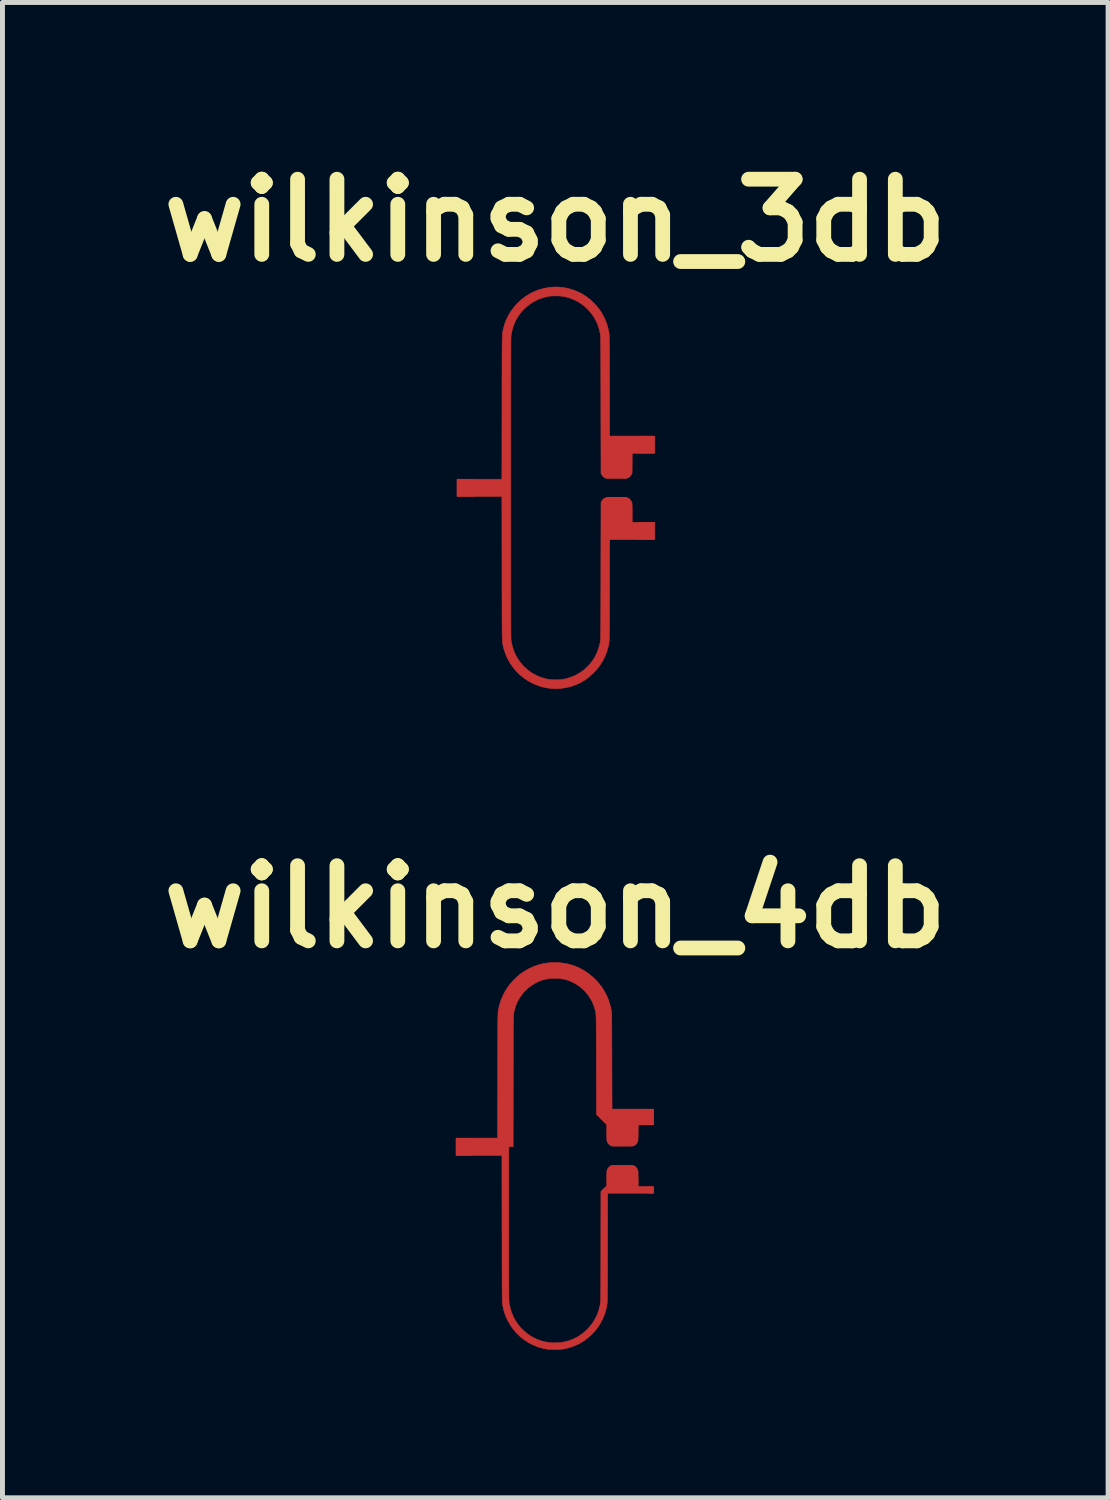
<source format=kicad_pcb>
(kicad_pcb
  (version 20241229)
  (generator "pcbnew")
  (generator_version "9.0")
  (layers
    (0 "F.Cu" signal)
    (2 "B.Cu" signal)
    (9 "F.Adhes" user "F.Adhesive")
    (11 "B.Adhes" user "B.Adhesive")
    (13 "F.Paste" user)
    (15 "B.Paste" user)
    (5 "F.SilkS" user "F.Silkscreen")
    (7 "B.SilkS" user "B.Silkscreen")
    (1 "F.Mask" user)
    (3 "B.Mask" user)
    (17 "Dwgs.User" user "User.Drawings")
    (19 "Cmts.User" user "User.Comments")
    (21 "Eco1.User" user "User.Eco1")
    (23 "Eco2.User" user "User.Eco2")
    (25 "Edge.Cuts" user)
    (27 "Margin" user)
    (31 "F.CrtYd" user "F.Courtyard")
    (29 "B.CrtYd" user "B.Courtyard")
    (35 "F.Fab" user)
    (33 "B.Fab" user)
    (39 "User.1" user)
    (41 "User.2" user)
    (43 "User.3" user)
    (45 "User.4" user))
  (footprint "wilkinson_3db"
    (layer "F.Cu")
    (at 8.218 6.838)
    (property "Reference" "wilkinson_3db" (at -0.01 -5.42 0) (layer "F.SilkS") (effects (font (size 1.524 1.524) (thickness 0.3))))
    (attr through_hole)
    (fp_poly (pts (xy 0.066 -4.068) (xy 0.168 -4.057) (xy 0.27 -4.035) (xy 0.342 -4.013) (xy 0.44 -3.976) (xy 0.532 -3.93) (xy 0.619 -3.875) (xy 0.701 -3.811) (xy 0.766 -3.751) (xy 0.838 -3.673) (xy 0.9 -3.591) (xy 0.954 -3.504) (xy 0.999 -3.413) (xy 1.036 -3.316) (xy 1.064 -3.213) (xy 1.081 -3.129) (xy 1.082 -3.122) (xy 1.083 -3.114) (xy 1.084 -3.105) (xy 1.084 -3.093) (xy 1.085 -3.08) (xy 1.086 -3.063) (xy 1.086 -3.043) (xy 1.087 -3.02) (xy 1.087 -2.992) (xy 1.088 -2.96) (xy 1.088 -2.923) (xy 1.089 -2.881) (xy 1.089 -2.833) (xy 1.089 -2.778) (xy 1.09 -2.717) (xy 1.09 -2.649) (xy 1.09 -2.573) (xy 1.09 -2.489) (xy 1.09 -2.397) (xy 1.091 -2.295) (xy 1.091 -2.185) (xy 1.091 -2.065) (xy 1.091 -2.062) (xy 1.093 -1.047) (xy 2.002 -1.047) (xy 2.002 -0.696) (xy 1.55 -0.696) (xy 1.549 -0.494) (xy 1.547 -0.292) (xy 1.532 -0.265) (xy 1.515 -0.239) (xy 1.494 -0.219) (xy 1.466 -0.202) (xy 1.461 -0.199) (xy 1.456 -0.197) (xy 1.449 -0.195) (xy 1.44 -0.194) (xy 1.428 -0.192) (xy 1.412 -0.192) (xy 1.391 -0.191) (xy 1.364 -0.191) (xy 1.329 -0.191) (xy 1.287 -0.191) (xy 1.235 -0.191) (xy 1.019 -0.191) (xy 0.996 -0.202) (xy 0.965 -0.222) (xy 0.941 -0.248) (xy 0.931 -0.264) (xy 0.917 -0.287) (xy 0.914 -1.677) (xy 0.914 -1.817) (xy 0.914 -1.948) (xy 0.913 -2.069) (xy 0.913 -2.182) (xy 0.913 -2.285) (xy 0.913 -2.381) (xy 0.912 -2.468) (xy 0.912 -2.548) (xy 0.912 -2.62) (xy 0.912 -2.686) (xy 0.911 -2.745) (xy 0.911 -2.798) (xy 0.911 -2.846) (xy 0.91 -2.888) (xy 0.91 -2.925) (xy 0.91 -2.957) (xy 0.909 -2.986) (xy 0.909 -3.01) (xy 0.908 -3.031) (xy 0.908 -3.048) (xy 0.907 -3.063) (xy 0.906 -3.076) (xy 0.906 -3.086) (xy 0.905 -3.095) (xy 0.904 -3.102) (xy 0.903 -3.109) (xy 0.902 -3.115) (xy 0.901 -3.121) (xy 0.901 -3.122) (xy 0.878 -3.22) (xy 0.848 -3.312) (xy 0.809 -3.397) (xy 0.762 -3.477) (xy 0.707 -3.552) (xy 0.643 -3.622) (xy 0.632 -3.633) (xy 0.558 -3.698) (xy 0.48 -3.753) (xy 0.397 -3.799) (xy 0.309 -3.836) (xy 0.217 -3.865) (xy 0.13 -3.883) (xy 0.105 -3.885) (xy 0.072 -3.887) (xy 0.035 -3.888) (xy -0.005 -3.889) (xy -0.044 -3.888) (xy -0.08 -3.887) (xy -0.111 -3.885) (xy -0.13 -3.883) (xy -0.226 -3.862) (xy -0.318 -3.833) (xy -0.405 -3.795) (xy -0.487 -3.748) (xy -0.565 -3.692) (xy -0.632 -3.633) (xy -0.697 -3.564) (xy -0.754 -3.49) (xy -0.802 -3.411) (xy -0.842 -3.326) (xy -0.873 -3.236) (xy -0.897 -3.139) (xy -0.903 -3.11) (xy -0.903 -3.106) (xy -0.904 -3.101) (xy -0.905 -3.096) (xy -0.905 -3.09) (xy -0.906 -3.082) (xy -0.906 -3.073) (xy -0.907 -3.063) (xy -0.907 -3.05) (xy -0.908 -3.035) (xy -0.908 -3.018) (xy -0.908 -2.998) (xy -0.909 -2.975) (xy -0.909 -2.949) (xy -0.909 -2.92) (xy -0.91 -2.887) (xy -0.91 -2.85) (xy -0.91 -2.809) (xy -0.91 -2.763) (xy -0.91 -2.713) (xy -0.911 -2.658) (xy -0.911 -2.597) (xy -0.911 -2.532) (xy -0.911 -2.461) (xy -0.911 -2.384) (xy -0.911 -2.3) (xy -0.912 -2.211) (xy -0.912 -2.115) (xy -0.912 -2.012) (xy -0.912 -1.902) (xy -0.912 -1.785) (xy -0.912 -1.66) (xy -0.912 -1.527) (xy -0.912 -1.387) (xy -0.912 -1.238) (xy -0.912 -1.08) (xy -0.912 -0.914) (xy -0.912 -0.739) (xy -0.912 -0.555) (xy -0.912 -0.361) (xy -0.912 -0.157) (xy -0.912 0.214) (xy -0.912 0.415) (xy -0.912 0.606) (xy -0.912 0.789) (xy -0.912 0.962) (xy -0.912 1.126) (xy -0.912 1.281) (xy -0.912 1.428) (xy -0.912 1.566) (xy -0.912 1.697) (xy -0.912 1.82) (xy -0.912 1.935) (xy -0.912 2.043) (xy -0.912 2.145) (xy -0.911 2.239) (xy -0.911 2.327) (xy -0.911 2.408) (xy -0.911 2.484) (xy -0.911 2.554) (xy -0.911 2.618) (xy -0.911 2.677) (xy -0.91 2.731) (xy -0.91 2.78) (xy -0.91 2.824) (xy -0.91 2.864) (xy -0.909 2.9) (xy -0.909 2.933) (xy -0.909 2.961) (xy -0.909 2.986) (xy -0.908 3.009) (xy -0.908 3.028) (xy -0.907 3.044) (xy -0.907 3.059) (xy -0.907 3.071) (xy -0.906 3.081) (xy -0.906 3.089) (xy -0.905 3.097) (xy -0.904 3.102) (xy -0.904 3.107) (xy -0.903 3.112) (xy -0.903 3.115) (xy -0.881 3.213) (xy -0.852 3.305) (xy -0.814 3.392) (xy -0.769 3.472) (xy -0.715 3.548) (xy -0.652 3.618) (xy -0.632 3.638) (xy -0.558 3.703) (xy -0.481 3.758) (xy -0.399 3.803) (xy -0.312 3.84) (xy -0.221 3.868) (xy -0.219 3.869) (xy -0.178 3.879) (xy -0.14 3.886) (xy -0.103 3.89) (xy -0.064 3.893) (xy -0.019 3.894) (xy 0 3.894) (xy 0.048 3.894) (xy 0.089 3.891) (xy 0.126 3.888) (xy 0.163 3.881) (xy 0.203 3.873) (xy 0.219 3.869) (xy 0.311 3.841) (xy 0.397 3.804) (xy 0.479 3.759) (xy 0.557 3.704) (xy 0.631 3.639) (xy 0.632 3.638) (xy 0.697 3.569) (xy 0.754 3.495) (xy 0.802 3.416) (xy 0.842 3.331) (xy 0.874 3.24) (xy 0.898 3.143) (xy 0.901 3.127) (xy 0.902 3.122) (xy 0.903 3.116) (xy 0.904 3.109) (xy 0.905 3.102) (xy 0.905 3.094) (xy 0.906 3.084) (xy 0.907 3.072) (xy 0.907 3.058) (xy 0.908 3.041) (xy 0.909 3.021) (xy 0.909 2.998) (xy 0.909 2.971) (xy 0.91 2.94) (xy 0.91 2.904) (xy 0.911 2.864) (xy 0.911 2.818) (xy 0.911 2.766) (xy 0.912 2.709) (xy 0.912 2.645) (xy 0.912 2.574) (xy 0.912 2.497) (xy 0.913 2.412) (xy 0.913 2.319) (xy 0.913 2.217) (xy 0.913 2.108) (xy 0.914 1.989) (xy 0.914 1.861) (xy 0.914 1.723) (xy 0.914 1.684) (xy 0.917 0.297) (xy 0.933 0.269) (xy 0.955 0.239) (xy 0.985 0.216) (xy 1.02 0.202) (xy 1.036 0.198) (xy 1.054 0.196) (xy 1.082 0.195) (xy 1.12 0.194) (xy 1.168 0.194) (xy 1.226 0.194) (xy 1.253 0.194) (xy 1.435 0.196) (xy 1.463 0.209) (xy 1.496 0.229) (xy 1.521 0.256) (xy 1.539 0.287) (xy 1.54 0.288) (xy 1.542 0.296) (xy 1.544 0.304) (xy 1.546 0.313) (xy 1.547 0.326) (xy 1.548 0.341) (xy 1.549 0.362) (xy 1.549 0.389) (xy 1.55 0.423) (xy 1.55 0.464) (xy 1.55 0.508) (xy 1.55 0.701) (xy 2.002 0.701) (xy 2.002 1.052) (xy 1.093 1.052) (xy 1.091 2.067) (xy 1.091 2.188) (xy 1.091 2.299) (xy 1.09 2.401) (xy 1.09 2.495) (xy 1.09 2.58) (xy 1.09 2.657) (xy 1.09 2.726) (xy 1.089 2.789) (xy 1.089 2.845) (xy 1.089 2.895) (xy 1.088 2.939) (xy 1.087 2.978) (xy 1.087 3.013) (xy 1.086 3.043) (xy 1.085 3.069) (xy 1.084 3.091) (xy 1.082 3.111) (xy 1.081 3.128) (xy 1.079 3.143) (xy 1.078 3.157) (xy 1.076 3.169) (xy 1.073 3.181) (xy 1.071 3.192) (xy 1.068 3.204) (xy 1.065 3.216) (xy 1.062 3.229) (xy 1.061 3.233) (xy 1.033 3.33) (xy 0.996 3.425) (xy 0.95 3.515) (xy 0.896 3.601) (xy 0.834 3.682) (xy 0.764 3.757) (xy 0.688 3.826) (xy 0.606 3.888) (xy 0.518 3.942) (xy 0.483 3.961) (xy 0.392 4.001) (xy 0.296 4.033) (xy 0.197 4.056) (xy 0.096 4.07) (xy -0.004 4.075) (xy -0.104 4.07) (xy -0.109 4.069) (xy -0.21 4.054) (xy -0.309 4.029) (xy -0.404 3.995) (xy -0.495 3.953) (xy -0.582 3.903) (xy -0.664 3.845) (xy -0.74 3.781) (xy -0.81 3.71) (xy -0.874 3.632) (xy -0.93 3.55) (xy -0.979 3.462) (xy -1.02 3.369) (xy -1.051 3.272) (xy -1.061 3.233) (xy -1.064 3.222) (xy -1.067 3.211) (xy -1.069 3.201) (xy -1.071 3.192) (xy -1.073 3.183) (xy -1.075 3.173) (xy -1.077 3.162) (xy -1.079 3.15) (xy -1.08 3.137) (xy -1.081 3.122) (xy -1.083 3.105) (xy -1.084 3.085) (xy -1.085 3.062) (xy -1.085 3.036) (xy -1.086 3.006) (xy -1.087 2.972) (xy -1.088 2.934) (xy -1.088 2.891) (xy -1.088 2.842) (xy -1.089 2.789) (xy -1.089 2.729) (xy -1.089 2.663) (xy -1.09 2.59) (xy -1.09 2.511) (xy -1.09 2.424) (xy -1.09 2.329) (xy -1.09 2.226) (xy -1.091 2.115) (xy -1.091 1.995) (xy -1.091 1.866) (xy -1.091 1.727) (xy -1.091 1.63) (xy -1.093 0.178) (xy -2.002 0.178) (xy -2.002 -0.173) (xy -1.093 -0.173) (xy -1.091 -1.625) (xy -1.091 -1.77) (xy -1.091 -1.905) (xy -1.091 -2.032) (xy -1.091 -2.149) (xy -1.09 -2.257) (xy -1.09 -2.357) (xy -1.09 -2.449) (xy -1.09 -2.533) (xy -1.09 -2.61) (xy -1.089 -2.681) (xy -1.089 -2.745) (xy -1.089 -2.802) (xy -1.088 -2.854) (xy -1.088 -2.901) (xy -1.087 -2.942) (xy -1.087 -2.979) (xy -1.086 -3.012) (xy -1.085 -3.04) (xy -1.084 -3.065) (xy -1.083 -3.087) (xy -1.082 -3.106) (xy -1.081 -3.122) (xy -1.08 -3.137) (xy -1.078 -3.149) (xy -1.076 -3.161) (xy -1.075 -3.171) (xy -1.073 -3.181) (xy -1.071 -3.19) (xy -1.068 -3.2) (xy -1.066 -3.209) (xy -1.063 -3.22) (xy -1.061 -3.228) (xy -1.033 -3.326) (xy -0.996 -3.421) (xy -0.95 -3.511) (xy -0.896 -3.597) (xy -0.834 -3.677) (xy -0.766 -3.752) (xy -0.69 -3.82) (xy -0.609 -3.881) (xy -0.522 -3.934) (xy -0.431 -3.979) (xy -0.342 -4.013) (xy -0.24 -4.042) (xy -0.138 -4.061) (xy -0.036 -4.07) (xy 0.066 -4.068)) (stroke (width 0.01) (type solid)) (fill yes) (layer "F.Cu"))
    (pad "1" smd rect (at -1.83 0.003) (size 0.352 0.352) (layers "F.Cu"))
    (pad "2" smd rect (at 1.83 -0.873) (size 0.352 0.352) (layers "F.Cu"))
    (pad "3" smd rect (at 1.83 0.875) (size 0.352 0.352) (layers "F.Cu"))
    (pad "4" smd roundrect (at 1.23 -0.388) (size 0.6 0.4) (layers "F.Cu" "F.Mask" "F.Paste") (roundrect_rratio 0.275))
    (pad "4" smd roundrect (at 1.23 0.39) (size 0.6 0.4) (layers "F.Cu" "F.Mask" "F.Paste") (roundrect_rratio 0.35)))
  (footprint "wilkinson_4db"
    (layer "F.Cu")
    (at 8.198 20.386)
    (property "Reference" "wilkinson_4db" (at 0.01 -5.05 0) (layer "F.SilkS") (effects (font (size 1.524 1.524) (thickness 0.3))))
    (attr through_hole)
    (fp_poly (pts (xy 0.11 -3.918) (xy 0.216 -3.903) (xy 0.32 -3.879) (xy 0.42 -3.845) (xy 0.516 -3.802) (xy 0.608 -3.75) (xy 0.696 -3.689) (xy 0.78 -3.618) (xy 0.818 -3.582) (xy 0.89 -3.504) (xy 0.953 -3.423) (xy 1.007 -3.338) (xy 1.054 -3.248) (xy 1.092 -3.153) (xy 1.124 -3.051) (xy 1.146 -2.951) (xy 1.147 -2.945) (xy 1.148 -2.938) (xy 1.149 -2.931) (xy 1.15 -2.921) (xy 1.151 -2.91) (xy 1.152 -2.896) (xy 1.152 -2.88) (xy 1.153 -2.86) (xy 1.154 -2.837) (xy 1.154 -2.809) (xy 1.154 -2.777) (xy 1.155 -2.74) (xy 1.155 -2.698) (xy 1.156 -2.649) (xy 1.156 -2.594) (xy 1.156 -2.532) (xy 1.157 -2.463) (xy 1.157 -2.387) (xy 1.157 -2.302) (xy 1.157 -2.209) (xy 1.158 -2.106) (xy 1.158 -1.994) (xy 1.158 -1.928) (xy 1.161 -0.95) (xy 2.002 -0.95) (xy 2.002 -0.63) (xy 1.692 -0.63) (xy 1.691 -0.469) (xy 1.69 -0.424) (xy 1.69 -0.388) (xy 1.689 -0.359) (xy 1.688 -0.338) (xy 1.687 -0.321) (xy 1.686 -0.309) (xy 1.684 -0.3) (xy 1.682 -0.292) (xy 1.679 -0.285) (xy 1.678 -0.284) (xy 1.662 -0.257) (xy 1.639 -0.233) (xy 1.613 -0.214) (xy 1.608 -0.211) (xy 1.602 -0.208) (xy 1.596 -0.206) (xy 1.589 -0.205) (xy 1.579 -0.203) (xy 1.565 -0.202) (xy 1.547 -0.202) (xy 1.523 -0.201) (xy 1.492 -0.201) (xy 1.454 -0.201) (xy 1.408 -0.201) (xy 1.369 -0.201) (xy 1.15 -0.201) (xy 1.123 -0.218) (xy 1.106 -0.231) (xy 1.089 -0.246) (xy 1.081 -0.256) (xy 1.073 -0.267) (xy 1.067 -0.279) (xy 1.062 -0.292) (xy 1.058 -0.307) (xy 1.055 -0.325) (xy 1.054 -0.349) (xy 1.052 -0.378) (xy 1.052 -0.415) (xy 1.052 -0.46) (xy 1.052 -0.48) (xy 1.052 -0.633) (xy 0.844 -0.84) (xy 0.842 -1.844) (xy 0.842 -1.964) (xy 0.842 -2.074) (xy 0.841 -2.175) (xy 0.841 -2.267) (xy 0.841 -2.351) (xy 0.841 -2.427) (xy 0.841 -2.495) (xy 0.84 -2.556) (xy 0.84 -2.611) (xy 0.839 -2.66) (xy 0.839 -2.703) (xy 0.838 -2.74) (xy 0.838 -2.774) (xy 0.837 -2.802) (xy 0.836 -2.827) (xy 0.835 -2.848) (xy 0.834 -2.867) (xy 0.832 -2.883) (xy 0.831 -2.897) (xy 0.829 -2.909) (xy 0.827 -2.92) (xy 0.825 -2.93) (xy 0.822 -2.94) (xy 0.82 -2.951) (xy 0.817 -2.961) (xy 0.814 -2.973) (xy 0.813 -2.975) (xy 0.787 -3.059) (xy 0.751 -3.14) (xy 0.706 -3.217) (xy 0.654 -3.289) (xy 0.594 -3.356) (xy 0.527 -3.416) (xy 0.454 -3.47) (xy 0.392 -3.506) (xy 0.314 -3.544) (xy 0.234 -3.572) (xy 0.151 -3.591) (xy 0.064 -3.601) (xy 0 -3.603) (xy -0.091 -3.599) (xy -0.176 -3.586) (xy -0.258 -3.564) (xy -0.338 -3.534) (xy -0.392 -3.506) (xy -0.47 -3.459) (xy -0.542 -3.404) (xy -0.607 -3.342) (xy -0.665 -3.274) (xy -0.716 -3.201) (xy -0.759 -3.123) (xy -0.793 -3.042) (xy -0.813 -2.975) (xy -0.816 -2.965) (xy -0.819 -2.955) (xy -0.821 -2.946) (xy -0.823 -2.937) (xy -0.825 -2.929) (xy -0.827 -2.919) (xy -0.829 -2.909) (xy -0.83 -2.898) (xy -0.832 -2.885) (xy -0.833 -2.87) (xy -0.834 -2.852) (xy -0.835 -2.832) (xy -0.836 -2.808) (xy -0.837 -2.781) (xy -0.838 -2.75) (xy -0.838 -2.715) (xy -0.839 -2.675) (xy -0.839 -2.63) (xy -0.84 -2.579) (xy -0.84 -2.523) (xy -0.84 -2.46) (xy -0.841 -2.391) (xy -0.841 -2.314) (xy -0.841 -2.231) (xy -0.841 -2.139) (xy -0.841 -2.039) (xy -0.841 -1.931) (xy -0.842 -1.814) (xy -0.842 -1.688) (xy -0.842 -1.551) (xy -0.842 -1.518) (xy -0.844 -0.188) (xy -0.932 -0.185) (xy -0.932 1.374) (xy -0.932 1.524) (xy -0.932 1.663) (xy -0.932 1.794) (xy -0.932 1.915) (xy -0.932 2.027) (xy -0.932 2.131) (xy -0.932 2.227) (xy -0.932 2.315) (xy -0.932 2.395) (xy -0.932 2.469) (xy -0.932 2.536) (xy -0.931 2.597) (xy -0.931 2.651) (xy -0.931 2.7) (xy -0.931 2.744) (xy -0.93 2.782) (xy -0.93 2.816) (xy -0.93 2.846) (xy -0.929 2.872) (xy -0.929 2.894) (xy -0.928 2.913) (xy -0.928 2.929) (xy -0.927 2.943) (xy -0.927 2.954) (xy -0.926 2.964) (xy -0.925 2.972) (xy -0.925 2.979) (xy -0.924 2.985) (xy -0.923 2.99) (xy -0.903 3.087) (xy -0.874 3.178) (xy -0.838 3.264) (xy -0.794 3.344) (xy -0.741 3.421) (xy -0.679 3.493) (xy -0.666 3.507) (xy -0.594 3.574) (xy -0.517 3.633) (xy -0.435 3.682) (xy -0.35 3.723) (xy -0.26 3.753) (xy -0.167 3.775) (xy -0.071 3.787) (xy 0 3.789) (xy 0.098 3.785) (xy 0.193 3.77) (xy 0.285 3.746) (xy 0.374 3.712) (xy 0.458 3.67) (xy 0.538 3.618) (xy 0.614 3.557) (xy 0.666 3.507) (xy 0.729 3.436) (xy 0.783 3.362) (xy 0.828 3.284) (xy 0.866 3.201) (xy 0.896 3.113) (xy 0.919 3.017) (xy 0.921 3.005) (xy 0.922 2.998) (xy 0.923 2.992) (xy 0.924 2.985) (xy 0.925 2.977) (xy 0.926 2.968) (xy 0.927 2.957) (xy 0.927 2.944) (xy 0.928 2.929) (xy 0.929 2.91) (xy 0.929 2.888) (xy 0.93 2.862) (xy 0.93 2.833) (xy 0.93 2.798) (xy 0.931 2.758) (xy 0.931 2.713) (xy 0.931 2.662) (xy 0.932 2.605) (xy 0.932 2.541) (xy 0.932 2.47) (xy 0.932 2.392) (xy 0.932 2.305) (xy 0.933 2.21) (xy 0.933 2.106) (xy 0.933 1.993) (xy 0.933 1.871) (xy 0.933 1.834) (xy 0.935 0.719) (xy 0.984 0.669) (xy 1.003 0.651) (xy 1.02 0.636) (xy 1.033 0.625) (xy 1.041 0.62) (xy 1.042 0.62) (xy 1.045 0.619) (xy 1.047 0.616) (xy 1.048 0.611) (xy 1.049 0.601) (xy 1.05 0.586) (xy 1.051 0.565) (xy 1.052 0.536) (xy 1.052 0.5) (xy 1.053 0.458) (xy 1.053 0.413) (xy 1.053 0.377) (xy 1.054 0.349) (xy 1.055 0.327) (xy 1.056 0.311) (xy 1.057 0.299) (xy 1.059 0.289) (xy 1.062 0.282) (xy 1.064 0.275) (xy 1.065 0.274) (xy 1.083 0.245) (xy 1.108 0.22) (xy 1.134 0.202) (xy 1.14 0.199) (xy 1.145 0.197) (xy 1.152 0.195) (xy 1.16 0.194) (xy 1.172 0.192) (xy 1.187 0.192) (xy 1.208 0.191) (xy 1.234 0.191) (xy 1.268 0.191) (xy 1.309 0.191) (xy 1.36 0.191) (xy 1.372 0.191) (xy 1.424 0.191) (xy 1.467 0.191) (xy 1.502 0.191) (xy 1.53 0.191) (xy 1.552 0.192) (xy 1.569 0.192) (xy 1.581 0.193) (xy 1.59 0.195) (xy 1.597 0.196) (xy 1.602 0.199) (xy 1.608 0.201) (xy 1.609 0.202) (xy 1.641 0.225) (xy 1.667 0.254) (xy 1.677 0.272) (xy 1.68 0.28) (xy 1.683 0.287) (xy 1.685 0.295) (xy 1.687 0.305) (xy 1.688 0.319) (xy 1.689 0.337) (xy 1.689 0.361) (xy 1.69 0.393) (xy 1.69 0.432) (xy 1.691 0.458) (xy 1.692 0.62) (xy 2.002 0.62) (xy 2.002 0.757) (xy 1.072 0.757) (xy 1.071 1.855) (xy 1.07 1.98) (xy 1.07 2.096) (xy 1.07 2.202) (xy 1.07 2.299) (xy 1.07 2.387) (xy 1.069 2.468) (xy 1.069 2.541) (xy 1.069 2.606) (xy 1.069 2.665) (xy 1.068 2.717) (xy 1.068 2.764) (xy 1.068 2.804) (xy 1.067 2.84) (xy 1.067 2.871) (xy 1.066 2.897) (xy 1.066 2.92) (xy 1.065 2.939) (xy 1.065 2.955) (xy 1.064 2.969) (xy 1.063 2.98) (xy 1.062 2.989) (xy 1.061 2.997) (xy 1.06 3.004) (xy 1.06 3.007) (xy 1.045 3.086) (xy 1.026 3.158) (xy 1.004 3.225) (xy 0.977 3.29) (xy 0.968 3.31) (xy 0.918 3.402) (xy 0.861 3.489) (xy 0.797 3.569) (xy 0.725 3.641) (xy 0.648 3.707) (xy 0.565 3.765) (xy 0.477 3.815) (xy 0.384 3.856) (xy 0.287 3.889) (xy 0.186 3.912) (xy 0.142 3.919) (xy 0.11 3.922) (xy 0.071 3.925) (xy 0.028 3.926) (xy -0.018 3.926) (xy -0.062 3.925) (xy -0.103 3.923) (xy -0.138 3.92) (xy -0.147 3.919) (xy -0.249 3.899) (xy -0.347 3.87) (xy -0.441 3.832) (xy -0.531 3.785) (xy -0.616 3.73) (xy -0.696 3.668) (xy -0.77 3.597) (xy -0.837 3.52) (xy -0.897 3.437) (xy -0.949 3.347) (xy -0.968 3.31) (xy -0.996 3.245) (xy -1.02 3.18) (xy -1.039 3.11) (xy -1.055 3.035) (xy -1.06 3.007) (xy -1.061 3.002) (xy -1.062 2.995) (xy -1.062 2.988) (xy -1.063 2.979) (xy -1.064 2.968) (xy -1.064 2.956) (xy -1.065 2.941) (xy -1.066 2.922) (xy -1.066 2.901) (xy -1.066 2.876) (xy -1.067 2.848) (xy -1.067 2.815) (xy -1.068 2.777) (xy -1.068 2.735) (xy -1.068 2.687) (xy -1.068 2.634) (xy -1.069 2.574) (xy -1.069 2.508) (xy -1.069 2.436) (xy -1.069 2.356) (xy -1.07 2.269) (xy -1.07 2.174) (xy -1.07 2.071) (xy -1.07 1.959) (xy -1.07 1.839) (xy -1.07 1.709) (xy -1.07 1.57) (xy -1.071 1.472) (xy -1.072 -0.01) (xy -2.002 -0.01) (xy -2.002 -0.361) (xy -1.161 -0.363) (xy -1.158 -1.633) (xy -1.158 -1.768) (xy -1.158 -1.892) (xy -1.157 -2.008) (xy -1.157 -2.114) (xy -1.157 -2.212) (xy -1.157 -2.301) (xy -1.156 -2.382) (xy -1.156 -2.457) (xy -1.156 -2.524) (xy -1.156 -2.584) (xy -1.155 -2.638) (xy -1.155 -2.686) (xy -1.155 -2.728) (xy -1.154 -2.766) (xy -1.154 -2.798) (xy -1.153 -2.827) (xy -1.153 -2.851) (xy -1.152 -2.871) (xy -1.152 -2.889) (xy -1.151 -2.903) (xy -1.151 -2.915) (xy -1.15 -2.925) (xy -1.149 -2.933) (xy -1.148 -2.94) (xy -1.147 -2.946) (xy -1.146 -2.951) (xy -1.123 -3.054) (xy -1.093 -3.15) (xy -1.057 -3.24) (xy -1.013 -3.327) (xy -0.961 -3.411) (xy -0.923 -3.464) (xy -0.9 -3.494) (xy -0.87 -3.527) (xy -0.836 -3.563) (xy -0.801 -3.598) (xy -0.765 -3.632) (xy -0.731 -3.662) (xy -0.702 -3.686) (xy -0.701 -3.687) (xy -0.608 -3.75) (xy -0.514 -3.803) (xy -0.417 -3.846) (xy -0.317 -3.88) (xy -0.214 -3.904) (xy -0.108 -3.918) (xy 0 -3.923) (xy 0.11 -3.918)) (stroke (width 0.01) (type solid)) (fill yes) (layer "F.Cu"))
    (pad "1" smd rect (at -1.83 -0.185) (size 0.352 0.352) (layers "F.Cu"))
    (pad "2" smd rect (at 1.845 -0.79) (size 0.321 0.321) (layers "F.Cu"))
    (pad "3" smd rect (at 1.935 0.69) (size 0.139 0.139) (layers "F.Cu"))
    (pad "4" smd roundrect (at 1.37 -0.395) (size 0.6 0.4) (layers "F.Cu" "F.Mask" "F.Paste") (roundrect_rratio 0.275))
    (pad "4" smd roundrect (at 1.37 0.388) (size 0.6 0.4) (layers "F.Cu" "F.Mask" "F.Paste") (roundrect_rratio 0.275)))
  (gr_rect
    (start -3 -3)
    (end 19.416 27.317)
    (stroke (width 0.1) (type default))
    (fill no)
    (layer "Edge.Cuts")))
</source>
